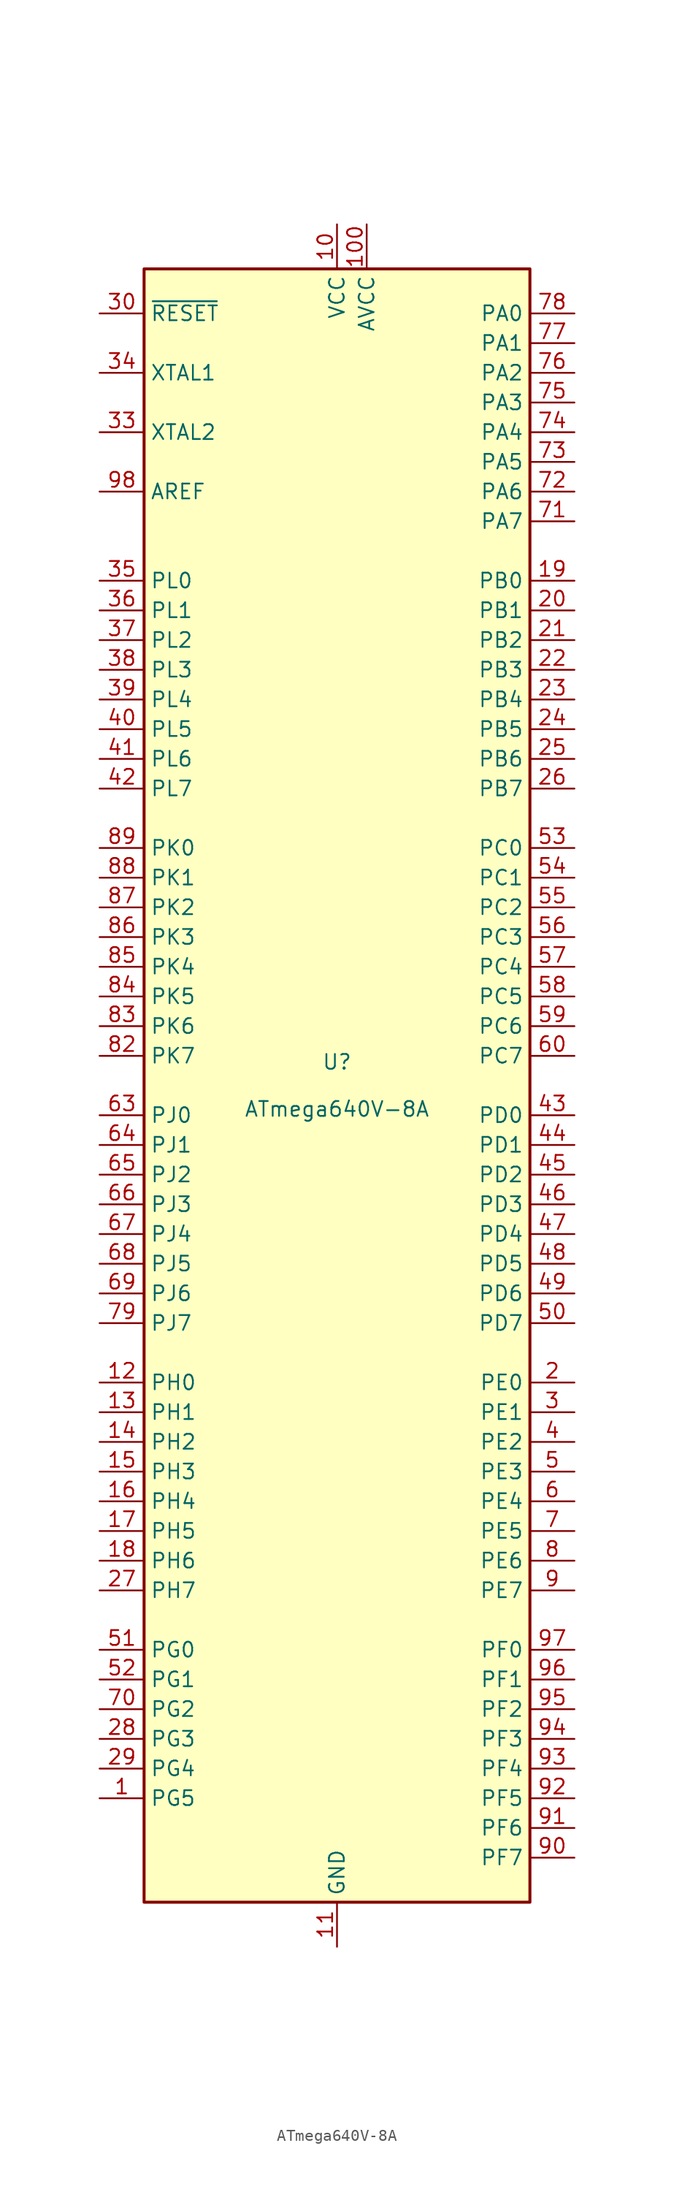
<source format=kicad_sym>
(kicad_symbol_lib
  (version 20241209)
  (generator "kicad_symbol_editor")
  (generator_version "9.0")
  (symbol "ATmega640V-8A"
    (property "Reference" "U"
      (at 0 1.27 0)
      (effects (font (size 1.27 1.27)) (justify bottom)))
    (property "Value" "ATmega640V-8A"
      (at 0 -1.27 0)
      (effects (font (size 1.27 1.27)) (justify top)))
    (symbol "ATmega640V-8A_0_1"
      (rectangle (start -16.51 -69.85) (end 16.51 69.85) (stroke (width 0.254) (type default)) (fill (type background))))
    (symbol "ATmega640V-8A_1_1"
      (pin input line (at -20.32 66.04 0) (length 3.81) (name "~{RESET}" (effects (font (size 1.27 1.27)))) (number "30" (effects (font (size 1.27 1.27)))))
      (pin input line (at -20.32 60.96 0) (length 3.81) (name "XTAL1" (effects (font (size 1.27 1.27)))) (number "34" (effects (font (size 1.27 1.27)))))
      (pin output line (at -20.32 55.88 0) (length 3.81) (name "XTAL2" (effects (font (size 1.27 1.27)))) (number "33" (effects (font (size 1.27 1.27)))))
      (pin passive line (at -20.32 50.8 0) (length 3.81) (name "AREF" (effects (font (size 1.27 1.27)))) (number "98" (effects (font (size 1.27 1.27)))))
      (pin bidirectional line (at -20.32 43.18 0) (length 3.81) (name "PL0" (effects (font (size 1.27 1.27)))) (number "35" (effects (font (size 1.27 1.27)))))
      (pin bidirectional line (at -20.32 40.64 0) (length 3.81) (name "PL1" (effects (font (size 1.27 1.27)))) (number "36" (effects (font (size 1.27 1.27)))))
      (pin bidirectional line (at -20.32 38.1 0) (length 3.81) (name "PL2" (effects (font (size 1.27 1.27)))) (number "37" (effects (font (size 1.27 1.27)))))
      (pin bidirectional line (at -20.32 35.56 0) (length 3.81) (name "PL3" (effects (font (size 1.27 1.27)))) (number "38" (effects (font (size 1.27 1.27)))))
      (pin bidirectional line (at -20.32 33.02 0) (length 3.81) (name "PL4" (effects (font (size 1.27 1.27)))) (number "39" (effects (font (size 1.27 1.27)))))
      (pin bidirectional line (at -20.32 30.48 0) (length 3.81) (name "PL5" (effects (font (size 1.27 1.27)))) (number "40" (effects (font (size 1.27 1.27)))))
      (pin bidirectional line (at -20.32 27.94 0) (length 3.81) (name "PL6" (effects (font (size 1.27 1.27)))) (number "41" (effects (font (size 1.27 1.27)))))
      (pin bidirectional line (at -20.32 25.4 0) (length 3.81) (name "PL7" (effects (font (size 1.27 1.27)))) (number "42" (effects (font (size 1.27 1.27)))))
      (pin bidirectional line (at -20.32 20.32 0) (length 3.81) (name "PK0" (effects (font (size 1.27 1.27)))) (number "89" (effects (font (size 1.27 1.27)))))
      (pin bidirectional line (at -20.32 17.78 0) (length 3.81) (name "PK1" (effects (font (size 1.27 1.27)))) (number "88" (effects (font (size 1.27 1.27)))))
      (pin bidirectional line (at -20.32 15.24 0) (length 3.81) (name "PK2" (effects (font (size 1.27 1.27)))) (number "87" (effects (font (size 1.27 1.27)))))
      (pin bidirectional line (at -20.32 12.7 0) (length 3.81) (name "PK3" (effects (font (size 1.27 1.27)))) (number "86" (effects (font (size 1.27 1.27)))))
      (pin bidirectional line (at -20.32 10.16 0) (length 3.81) (name "PK4" (effects (font (size 1.27 1.27)))) (number "85" (effects (font (size 1.27 1.27)))))
      (pin bidirectional line (at -20.32 7.62 0) (length 3.81) (name "PK5" (effects (font (size 1.27 1.27)))) (number "84" (effects (font (size 1.27 1.27)))))
      (pin bidirectional line (at -20.32 5.08 0) (length 3.81) (name "PK6" (effects (font (size 1.27 1.27)))) (number "83" (effects (font (size 1.27 1.27)))))
      (pin bidirectional line (at -20.32 2.54 0) (length 3.81) (name "PK7" (effects (font (size 1.27 1.27)))) (number "82" (effects (font (size 1.27 1.27)))))
      (pin bidirectional line (at -20.32 -2.54 0) (length 3.81) (name "PJ0" (effects (font (size 1.27 1.27)))) (number "63" (effects (font (size 1.27 1.27)))))
      (pin bidirectional line (at -20.32 -5.08 0) (length 3.81) (name "PJ1" (effects (font (size 1.27 1.27)))) (number "64" (effects (font (size 1.27 1.27)))))
      (pin bidirectional line (at -20.32 -7.62 0) (length 3.81) (name "PJ2" (effects (font (size 1.27 1.27)))) (number "65" (effects (font (size 1.27 1.27)))))
      (pin bidirectional line (at -20.32 -10.16 0) (length 3.81) (name "PJ3" (effects (font (size 1.27 1.27)))) (number "66" (effects (font (size 1.27 1.27)))))
      (pin bidirectional line (at -20.32 -12.7 0) (length 3.81) (name "PJ4" (effects (font (size 1.27 1.27)))) (number "67" (effects (font (size 1.27 1.27)))))
      (pin bidirectional line (at -20.32 -15.24 0) (length 3.81) (name "PJ5" (effects (font (size 1.27 1.27)))) (number "68" (effects (font (size 1.27 1.27)))))
      (pin bidirectional line (at -20.32 -17.78 0) (length 3.81) (name "PJ6" (effects (font (size 1.27 1.27)))) (number "69" (effects (font (size 1.27 1.27)))))
      (pin bidirectional line (at -20.32 -20.32 0) (length 3.81) (name "PJ7" (effects (font (size 1.27 1.27)))) (number "79" (effects (font (size 1.27 1.27)))))
      (pin bidirectional line (at -20.32 -25.4 0) (length 3.81) (name "PH0" (effects (font (size 1.27 1.27)))) (number "12" (effects (font (size 1.27 1.27)))))
      (pin bidirectional line (at -20.32 -27.94 0) (length 3.81) (name "PH1" (effects (font (size 1.27 1.27)))) (number "13" (effects (font (size 1.27 1.27)))))
      (pin bidirectional line (at -20.32 -30.48 0) (length 3.81) (name "PH2" (effects (font (size 1.27 1.27)))) (number "14" (effects (font (size 1.27 1.27)))))
      (pin bidirectional line (at -20.32 -33.02 0) (length 3.81) (name "PH3" (effects (font (size 1.27 1.27)))) (number "15" (effects (font (size 1.27 1.27)))))
      (pin bidirectional line (at -20.32 -35.56 0) (length 3.81) (name "PH4" (effects (font (size 1.27 1.27)))) (number "16" (effects (font (size 1.27 1.27)))))
      (pin bidirectional line (at -20.32 -38.1 0) (length 3.81) (name "PH5" (effects (font (size 1.27 1.27)))) (number "17" (effects (font (size 1.27 1.27)))))
      (pin bidirectional line (at -20.32 -40.64 0) (length 3.81) (name "PH6" (effects (font (size 1.27 1.27)))) (number "18" (effects (font (size 1.27 1.27)))))
      (pin bidirectional line (at -20.32 -43.18 0) (length 3.81) (name "PH7" (effects (font (size 1.27 1.27)))) (number "27" (effects (font (size 1.27 1.27)))))
      (pin bidirectional line (at -20.32 -48.26 0) (length 3.81) (name "PG0" (effects (font (size 1.27 1.27)))) (number "51" (effects (font (size 1.27 1.27)))))
      (pin bidirectional line (at -20.32 -50.8 0) (length 3.81) (name "PG1" (effects (font (size 1.27 1.27)))) (number "52" (effects (font (size 1.27 1.27)))))
      (pin bidirectional line (at -20.32 -53.34 0) (length 3.81) (name "PG2" (effects (font (size 1.27 1.27)))) (number "70" (effects (font (size 1.27 1.27)))))
      (pin bidirectional line (at -20.32 -55.88 0) (length 3.81) (name "PG3" (effects (font (size 1.27 1.27)))) (number "28" (effects (font (size 1.27 1.27)))))
      (pin bidirectional line (at -20.32 -58.42 0) (length 3.81) (name "PG4" (effects (font (size 1.27 1.27)))) (number "29" (effects (font (size 1.27 1.27)))))
      (pin bidirectional line (at -20.32 -60.96 0) (length 3.81) (name "PG5" (effects (font (size 1.27 1.27)))) (number "1" (effects (font (size 1.27 1.27)))))
      (pin power_in line (at 0 73.66 270) (length 3.81) (name "VCC" (effects (font (size 1.27 1.27)))) (number "10" (effects (font (size 1.27 1.27)))))
      (pin passive line (at 0 73.66 270) (length 3.81) (hide yes) (name "VCC" (effects (font (size 1.27 1.27)))) (number "31" (effects (font (size 1.27 1.27)))))
      (pin passive line (at 0 73.66 270) (length 3.81) (hide yes) (name "VCC" (effects (font (size 1.27 1.27)))) (number "61" (effects (font (size 1.27 1.27)))))
      (pin passive line (at 0 73.66 270) (length 3.81) (hide yes) (name "VCC" (effects (font (size 1.27 1.27)))) (number "80" (effects (font (size 1.27 1.27)))))
      (pin power_in line (at 0 -73.66 90) (length 3.81) (name "GND" (effects (font (size 1.27 1.27)))) (number "11" (effects (font (size 1.27 1.27)))))
      (pin passive line (at 0 -73.66 90) (length 3.81) (hide yes) (name "GND" (effects (font (size 1.27 1.27)))) (number "32" (effects (font (size 1.27 1.27)))))
      (pin passive line (at 0 -73.66 90) (length 3.81) (hide yes) (name "GND" (effects (font (size 1.27 1.27)))) (number "62" (effects (font (size 1.27 1.27)))))
      (pin passive line (at 0 -73.66 90) (length 3.81) (hide yes) (name "GND" (effects (font (size 1.27 1.27)))) (number "81" (effects (font (size 1.27 1.27)))))
      (pin passive line (at 0 -73.66 90) (length 3.81) (hide yes) (name "GND" (effects (font (size 1.27 1.27)))) (number "99" (effects (font (size 1.27 1.27)))))
      (pin power_in line (at 2.54 73.66 270) (length 3.81) (name "AVCC" (effects (font (size 1.27 1.27)))) (number "100" (effects (font (size 1.27 1.27)))))
      (pin bidirectional line (at 20.32 66.04 180) (length 3.81) (name "PA0" (effects (font (size 1.27 1.27)))) (number "78" (effects (font (size 1.27 1.27)))))
      (pin bidirectional line (at 20.32 63.5 180) (length 3.81) (name "PA1" (effects (font (size 1.27 1.27)))) (number "77" (effects (font (size 1.27 1.27)))))
      (pin bidirectional line (at 20.32 60.96 180) (length 3.81) (name "PA2" (effects (font (size 1.27 1.27)))) (number "76" (effects (font (size 1.27 1.27)))))
      (pin bidirectional line (at 20.32 58.42 180) (length 3.81) (name "PA3" (effects (font (size 1.27 1.27)))) (number "75" (effects (font (size 1.27 1.27)))))
      (pin bidirectional line (at 20.32 55.88 180) (length 3.81) (name "PA4" (effects (font (size 1.27 1.27)))) (number "74" (effects (font (size 1.27 1.27)))))
      (pin bidirectional line (at 20.32 53.34 180) (length 3.81) (name "PA5" (effects (font (size 1.27 1.27)))) (number "73" (effects (font (size 1.27 1.27)))))
      (pin bidirectional line (at 20.32 50.8 180) (length 3.81) (name "PA6" (effects (font (size 1.27 1.27)))) (number "72" (effects (font (size 1.27 1.27)))))
      (pin bidirectional line (at 20.32 48.26 180) (length 3.81) (name "PA7" (effects (font (size 1.27 1.27)))) (number "71" (effects (font (size 1.27 1.27)))))
      (pin bidirectional line (at 20.32 43.18 180) (length 3.81) (name "PB0" (effects (font (size 1.27 1.27)))) (number "19" (effects (font (size 1.27 1.27)))))
      (pin bidirectional line (at 20.32 40.64 180) (length 3.81) (name "PB1" (effects (font (size 1.27 1.27)))) (number "20" (effects (font (size 1.27 1.27)))))
      (pin bidirectional line (at 20.32 38.1 180) (length 3.81) (name "PB2" (effects (font (size 1.27 1.27)))) (number "21" (effects (font (size 1.27 1.27)))))
      (pin bidirectional line (at 20.32 35.56 180) (length 3.81) (name "PB3" (effects (font (size 1.27 1.27)))) (number "22" (effects (font (size 1.27 1.27)))))
      (pin bidirectional line (at 20.32 33.02 180) (length 3.81) (name "PB4" (effects (font (size 1.27 1.27)))) (number "23" (effects (font (size 1.27 1.27)))))
      (pin bidirectional line (at 20.32 30.48 180) (length 3.81) (name "PB5" (effects (font (size 1.27 1.27)))) (number "24" (effects (font (size 1.27 1.27)))))
      (pin bidirectional line (at 20.32 27.94 180) (length 3.81) (name "PB6" (effects (font (size 1.27 1.27)))) (number "25" (effects (font (size 1.27 1.27)))))
      (pin bidirectional line (at 20.32 25.4 180) (length 3.81) (name "PB7" (effects (font (size 1.27 1.27)))) (number "26" (effects (font (size 1.27 1.27)))))
      (pin bidirectional line (at 20.32 20.32 180) (length 3.81) (name "PC0" (effects (font (size 1.27 1.27)))) (number "53" (effects (font (size 1.27 1.27)))))
      (pin bidirectional line (at 20.32 17.78 180) (length 3.81) (name "PC1" (effects (font (size 1.27 1.27)))) (number "54" (effects (font (size 1.27 1.27)))))
      (pin bidirectional line (at 20.32 15.24 180) (length 3.81) (name "PC2" (effects (font (size 1.27 1.27)))) (number "55" (effects (font (size 1.27 1.27)))))
      (pin bidirectional line (at 20.32 12.7 180) (length 3.81) (name "PC3" (effects (font (size 1.27 1.27)))) (number "56" (effects (font (size 1.27 1.27)))))
      (pin bidirectional line (at 20.32 10.16 180) (length 3.81) (name "PC4" (effects (font (size 1.27 1.27)))) (number "57" (effects (font (size 1.27 1.27)))))
      (pin bidirectional line (at 20.32 7.62 180) (length 3.81) (name "PC5" (effects (font (size 1.27 1.27)))) (number "58" (effects (font (size 1.27 1.27)))))
      (pin bidirectional line (at 20.32 5.08 180) (length 3.81) (name "PC6" (effects (font (size 1.27 1.27)))) (number "59" (effects (font (size 1.27 1.27)))))
      (pin bidirectional line (at 20.32 2.54 180) (length 3.81) (name "PC7" (effects (font (size 1.27 1.27)))) (number "60" (effects (font (size 1.27 1.27)))))
      (pin bidirectional line (at 20.32 -2.54 180) (length 3.81) (name "PD0" (effects (font (size 1.27 1.27)))) (number "43" (effects (font (size 1.27 1.27)))))
      (pin bidirectional line (at 20.32 -5.08 180) (length 3.81) (name "PD1" (effects (font (size 1.27 1.27)))) (number "44" (effects (font (size 1.27 1.27)))))
      (pin bidirectional line (at 20.32 -7.62 180) (length 3.81) (name "PD2" (effects (font (size 1.27 1.27)))) (number "45" (effects (font (size 1.27 1.27)))))
      (pin bidirectional line (at 20.32 -10.16 180) (length 3.81) (name "PD3" (effects (font (size 1.27 1.27)))) (number "46" (effects (font (size 1.27 1.27)))))
      (pin bidirectional line (at 20.32 -12.7 180) (length 3.81) (name "PD4" (effects (font (size 1.27 1.27)))) (number "47" (effects (font (size 1.27 1.27)))))
      (pin bidirectional line (at 20.32 -15.24 180) (length 3.81) (name "PD5" (effects (font (size 1.27 1.27)))) (number "48" (effects (font (size 1.27 1.27)))))
      (pin bidirectional line (at 20.32 -17.78 180) (length 3.81) (name "PD6" (effects (font (size 1.27 1.27)))) (number "49" (effects (font (size 1.27 1.27)))))
      (pin bidirectional line (at 20.32 -20.32 180) (length 3.81) (name "PD7" (effects (font (size 1.27 1.27)))) (number "50" (effects (font (size 1.27 1.27)))))
      (pin bidirectional line (at 20.32 -25.4 180) (length 3.81) (name "PE0" (effects (font (size 1.27 1.27)))) (number "2" (effects (font (size 1.27 1.27)))))
      (pin bidirectional line (at 20.32 -27.94 180) (length 3.81) (name "PE1" (effects (font (size 1.27 1.27)))) (number "3" (effects (font (size 1.27 1.27)))))
      (pin bidirectional line (at 20.32 -30.48 180) (length 3.81) (name "PE2" (effects (font (size 1.27 1.27)))) (number "4" (effects (font (size 1.27 1.27)))))
      (pin bidirectional line (at 20.32 -33.02 180) (length 3.81) (name "PE3" (effects (font (size 1.27 1.27)))) (number "5" (effects (font (size 1.27 1.27)))))
      (pin bidirectional line (at 20.32 -35.56 180) (length 3.81) (name "PE4" (effects (font (size 1.27 1.27)))) (number "6" (effects (font (size 1.27 1.27)))))
      (pin bidirectional line (at 20.32 -38.1 180) (length 3.81) (name "PE5" (effects (font (size 1.27 1.27)))) (number "7" (effects (font (size 1.27 1.27)))))
      (pin bidirectional line (at 20.32 -40.64 180) (length 3.81) (name "PE6" (effects (font (size 1.27 1.27)))) (number "8" (effects (font (size 1.27 1.27)))))
      (pin bidirectional line (at 20.32 -43.18 180) (length 3.81) (name "PE7" (effects (font (size 1.27 1.27)))) (number "9" (effects (font (size 1.27 1.27)))))
      (pin bidirectional line (at 20.32 -48.26 180) (length 3.81) (name "PF0" (effects (font (size 1.27 1.27)))) (number "97" (effects (font (size 1.27 1.27)))))
      (pin bidirectional line (at 20.32 -50.8 180) (length 3.81) (name "PF1" (effects (font (size 1.27 1.27)))) (number "96" (effects (font (size 1.27 1.27)))))
      (pin bidirectional line (at 20.32 -53.34 180) (length 3.81) (name "PF2" (effects (font (size 1.27 1.27)))) (number "95" (effects (font (size 1.27 1.27)))))
      (pin bidirectional line (at 20.32 -55.88 180) (length 3.81) (name "PF3" (effects (font (size 1.27 1.27)))) (number "94" (effects (font (size 1.27 1.27)))))
      (pin bidirectional line (at 20.32 -58.42 180) (length 3.81) (name "PF4" (effects (font (size 1.27 1.27)))) (number "93" (effects (font (size 1.27 1.27)))))
      (pin bidirectional line (at 20.32 -60.96 180) (length 3.81) (name "PF5" (effects (font (size 1.27 1.27)))) (number "92" (effects (font (size 1.27 1.27)))))
      (pin bidirectional line (at 20.32 -63.5 180) (length 3.81) (name "PF6" (effects (font (size 1.27 1.27)))) (number "91" (effects (font (size 1.27 1.27)))))
      (pin bidirectional line (at 20.32 -66.04 180) (length 3.81) (name "PF7" (effects (font (size 1.27 1.27)))) (number "90" (effects (font (size 1.27 1.27))))))))
</source>
